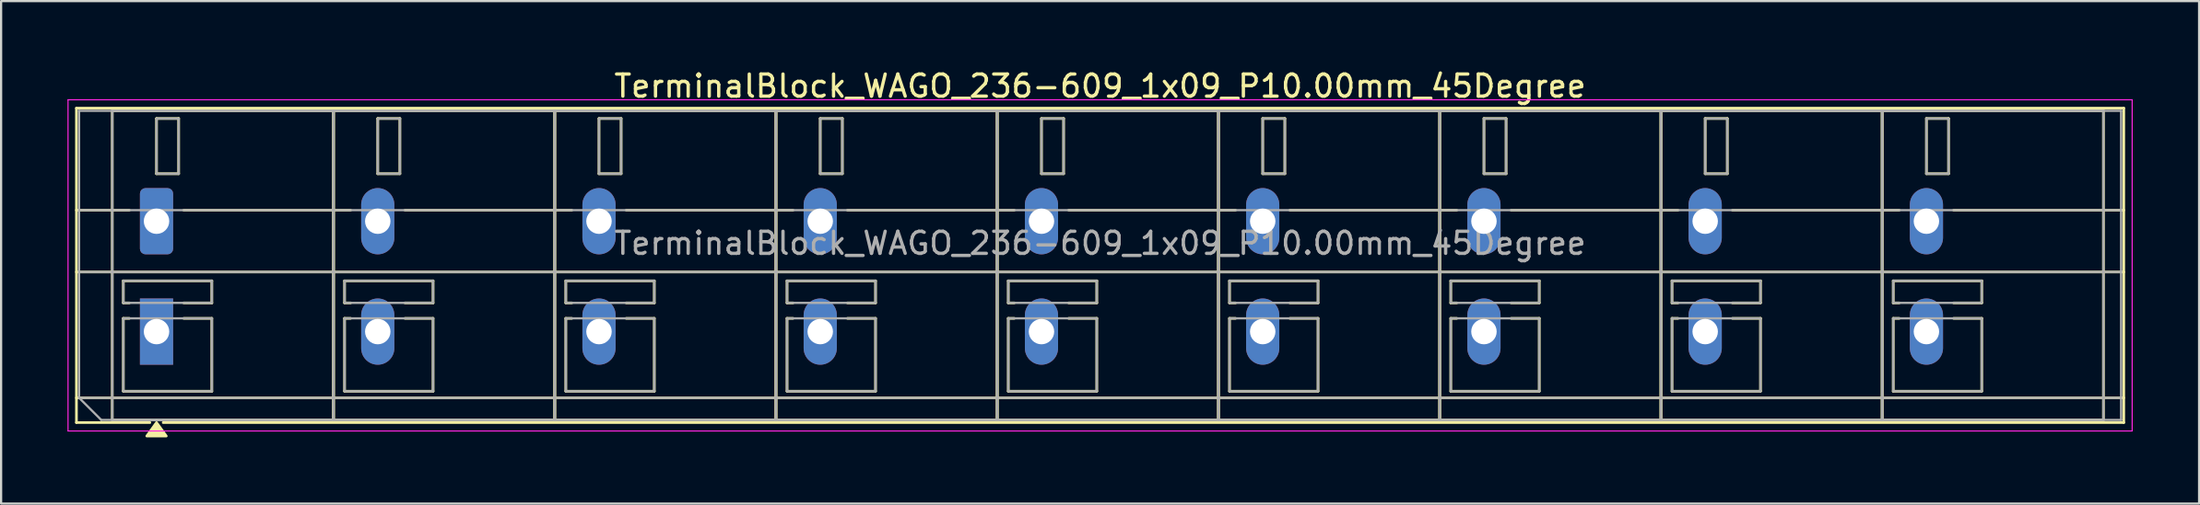
<source format=kicad_pcb>
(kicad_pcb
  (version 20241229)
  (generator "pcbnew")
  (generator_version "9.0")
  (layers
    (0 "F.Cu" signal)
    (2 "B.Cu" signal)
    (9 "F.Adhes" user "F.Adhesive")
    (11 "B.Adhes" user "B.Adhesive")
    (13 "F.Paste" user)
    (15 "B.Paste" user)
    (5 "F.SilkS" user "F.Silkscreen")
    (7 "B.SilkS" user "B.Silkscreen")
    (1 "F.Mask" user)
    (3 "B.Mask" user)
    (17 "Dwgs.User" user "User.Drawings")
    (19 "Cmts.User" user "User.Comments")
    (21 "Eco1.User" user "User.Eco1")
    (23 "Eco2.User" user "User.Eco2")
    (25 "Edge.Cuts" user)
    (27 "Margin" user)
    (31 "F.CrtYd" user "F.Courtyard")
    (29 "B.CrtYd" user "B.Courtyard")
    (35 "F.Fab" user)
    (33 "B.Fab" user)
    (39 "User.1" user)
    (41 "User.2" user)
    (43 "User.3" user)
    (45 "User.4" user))
  (footprint "TerminalBlock_WAGO_236-609_1x09_P10.00mm_45Degree"
    (layer "F.Cu")
    (at 4.025 6.968)
    (property "Reference" "TerminalBlock_WAGO_236-609_1x09_P10.00mm_45Degree" (at 42.65 -6.12 0) (layer "F.SilkS") (effects (font (size 1 1) (thickness 0.15))))
    (attr through_hole)
    (fp_line (start -3.62 -5.12) (end -3.62 9.12) (stroke (width 0.12) (type solid)) (layer "F.SilkS"))
    (fp_line (start -3.62 -5.12) (end 88.92 -5.12) (stroke (width 0.12) (type solid)) (layer "F.SilkS"))
    (fp_line (start -3.62 -0.5) (end -1.23 -0.5) (stroke (width 0.12) (type solid)) (layer "F.SilkS"))
    (fp_line (start -3.62 2.3) (end 88.92 2.3) (stroke (width 0.12) (type solid)) (layer "F.SilkS"))
    (fp_line (start -3.62 8) (end 88.92 8) (stroke (width 0.12) (type solid)) (layer "F.SilkS"))
    (fp_line (start -3.62 9.12) (end -0.3 9.12) (stroke (width 0.12) (type solid)) (layer "F.SilkS"))
    (fp_line (start -2 -5) (end -2 9) (stroke (width 0.12) (type solid)) (layer "F.SilkS"))
    (fp_line (start -2 -5) (end 8 -5) (stroke (width 0.12) (type solid)) (layer "F.SilkS"))
    (fp_line (start -2 9) (end 8 9) (stroke (width 0.12) (type solid)) (layer "F.SilkS"))
    (fp_line (start -1.5 2.7) (end -1.5 3.7) (stroke (width 0.12) (type solid)) (layer "F.SilkS"))
    (fp_line (start -1.5 2.7) (end 2.5 2.7) (stroke (width 0.12) (type solid)) (layer "F.SilkS"))
    (fp_line (start -1.5 3.7) (end -1.23 3.7) (stroke (width 0.12) (type solid)) (layer "F.SilkS"))
    (fp_line (start -1.5 4.4) (end -1.5 7.7) (stroke (width 0.12) (type solid)) (layer "F.SilkS"))
    (fp_line (start -1.5 4.4) (end -1.23 4.4) (stroke (width 0.12) (type solid)) (layer "F.SilkS"))
    (fp_line (start -1.5 7.7) (end 2.5 7.7) (stroke (width 0.12) (type solid)) (layer "F.SilkS"))
    (fp_line (start 0 -4.65) (end 0 -2.15) (stroke (width 0.12) (type solid)) (layer "F.SilkS"))
    (fp_line (start 0 -4.65) (end 1 -4.65) (stroke (width 0.12) (type solid)) (layer "F.SilkS"))
    (fp_line (start 0 -2.15) (end 1 -2.15) (stroke (width 0.12) (type solid)) (layer "F.SilkS"))
    (fp_line (start 0.3 9.12) (end 88.92 9.12) (stroke (width 0.12) (type solid)) (layer "F.SilkS"))
    (fp_line (start 1 -4.65) (end 1 -2.15) (stroke (width 0.12) (type solid)) (layer "F.SilkS"))
    (fp_line (start 1.23 -0.5) (end 8.77 -0.5) (stroke (width 0.12) (type solid)) (layer "F.SilkS"))
    (fp_line (start 1.23 3.7) (end 2.5 3.7) (stroke (width 0.12) (type solid)) (layer "F.SilkS"))
    (fp_line (start 1.23 4.4) (end 2.5 4.4) (stroke (width 0.12) (type solid)) (layer "F.SilkS"))
    (fp_line (start 2.5 2.7) (end 2.5 3.7) (stroke (width 0.12) (type solid)) (layer "F.SilkS"))
    (fp_line (start 2.5 4.4) (end 2.5 7.7) (stroke (width 0.12) (type solid)) (layer "F.SilkS"))
    (fp_line (start 8 -5) (end 8 9) (stroke (width 0.12) (type solid)) (layer "F.SilkS"))
    (fp_line (start 8 -5) (end 8 9) (stroke (width 0.12) (type solid)) (layer "F.SilkS"))
    (fp_line (start 8 -5) (end 18 -5) (stroke (width 0.12) (type solid)) (layer "F.SilkS"))
    (fp_line (start 8 9) (end 18 9) (stroke (width 0.12) (type solid)) (layer "F.SilkS"))
    (fp_line (start 8.5 2.7) (end 8.5 3.7) (stroke (width 0.12) (type solid)) (layer "F.SilkS"))
    (fp_line (start 8.5 2.7) (end 12.5 2.7) (stroke (width 0.12) (type solid)) (layer "F.SilkS"))
    (fp_line (start 8.5 3.7) (end 8.77 3.7) (stroke (width 0.12) (type solid)) (layer "F.SilkS"))
    (fp_line (start 8.5 4.4) (end 8.5 7.7) (stroke (width 0.12) (type solid)) (layer "F.SilkS"))
    (fp_line (start 8.5 4.4) (end 8.77 4.4) (stroke (width 0.12) (type solid)) (layer "F.SilkS"))
    (fp_line (start 8.5 7.7) (end 12.5 7.7) (stroke (width 0.12) (type solid)) (layer "F.SilkS"))
    (fp_line (start 10 -4.65) (end 10 -2.15) (stroke (width 0.12) (type solid)) (layer "F.SilkS"))
    (fp_line (start 10 -4.65) (end 11 -4.65) (stroke (width 0.12) (type solid)) (layer "F.SilkS"))
    (fp_line (start 10 -2.15) (end 11 -2.15) (stroke (width 0.12) (type solid)) (layer "F.SilkS"))
    (fp_line (start 11 -4.65) (end 11 -2.15) (stroke (width 0.12) (type solid)) (layer "F.SilkS"))
    (fp_line (start 11.23 -0.5) (end 18.77 -0.5) (stroke (width 0.12) (type solid)) (layer "F.SilkS"))
    (fp_line (start 11.23 3.7) (end 12.5 3.7) (stroke (width 0.12) (type solid)) (layer "F.SilkS"))
    (fp_line (start 11.23 4.4) (end 12.5 4.4) (stroke (width 0.12) (type solid)) (layer "F.SilkS"))
    (fp_line (start 12.5 2.7) (end 12.5 3.7) (stroke (width 0.12) (type solid)) (layer "F.SilkS"))
    (fp_line (start 12.5 4.4) (end 12.5 7.7) (stroke (width 0.12) (type solid)) (layer "F.SilkS"))
    (fp_line (start 18 -5) (end 18 9) (stroke (width 0.12) (type solid)) (layer "F.SilkS"))
    (fp_line (start 18 -5) (end 18 9) (stroke (width 0.12) (type solid)) (layer "F.SilkS"))
    (fp_line (start 18 -5) (end 28 -5) (stroke (width 0.12) (type solid)) (layer "F.SilkS"))
    (fp_line (start 18 9) (end 28 9) (stroke (width 0.12) (type solid)) (layer "F.SilkS"))
    (fp_line (start 18.5 2.7) (end 18.5 3.7) (stroke (width 0.12) (type solid)) (layer "F.SilkS"))
    (fp_line (start 18.5 2.7) (end 22.5 2.7) (stroke (width 0.12) (type solid)) (layer "F.SilkS"))
    (fp_line (start 18.5 3.7) (end 18.77 3.7) (stroke (width 0.12) (type solid)) (layer "F.SilkS"))
    (fp_line (start 18.5 4.4) (end 18.5 7.7) (stroke (width 0.12) (type solid)) (layer "F.SilkS"))
    (fp_line (start 18.5 4.4) (end 18.77 4.4) (stroke (width 0.12) (type solid)) (layer "F.SilkS"))
    (fp_line (start 18.5 7.7) (end 22.5 7.7) (stroke (width 0.12) (type solid)) (layer "F.SilkS"))
    (fp_line (start 20 -4.65) (end 20 -2.15) (stroke (width 0.12) (type solid)) (layer "F.SilkS"))
    (fp_line (start 20 -4.65) (end 21 -4.65) (stroke (width 0.12) (type solid)) (layer "F.SilkS"))
    (fp_line (start 20 -2.15) (end 21 -2.15) (stroke (width 0.12) (type solid)) (layer "F.SilkS"))
    (fp_line (start 21 -4.65) (end 21 -2.15) (stroke (width 0.12) (type solid)) (layer "F.SilkS"))
    (fp_line (start 21.23 -0.5) (end 28.77 -0.5) (stroke (width 0.12) (type solid)) (layer "F.SilkS"))
    (fp_line (start 21.23 3.7) (end 22.5 3.7) (stroke (width 0.12) (type solid)) (layer "F.SilkS"))
    (fp_line (start 21.23 4.4) (end 22.5 4.4) (stroke (width 0.12) (type solid)) (layer "F.SilkS"))
    (fp_line (start 22.5 2.7) (end 22.5 3.7) (stroke (width 0.12) (type solid)) (layer "F.SilkS"))
    (fp_line (start 22.5 4.4) (end 22.5 7.7) (stroke (width 0.12) (type solid)) (layer "F.SilkS"))
    (fp_line (start 28 -5) (end 28 9) (stroke (width 0.12) (type solid)) (layer "F.SilkS"))
    (fp_line (start 28 -5) (end 28 9) (stroke (width 0.12) (type solid)) (layer "F.SilkS"))
    (fp_line (start 28 -5) (end 38 -5) (stroke (width 0.12) (type solid)) (layer "F.SilkS"))
    (fp_line (start 28 9) (end 38 9) (stroke (width 0.12) (type solid)) (layer "F.SilkS"))
    (fp_line (start 28.5 2.7) (end 28.5 3.7) (stroke (width 0.12) (type solid)) (layer "F.SilkS"))
    (fp_line (start 28.5 2.7) (end 32.5 2.7) (stroke (width 0.12) (type solid)) (layer "F.SilkS"))
    (fp_line (start 28.5 3.7) (end 28.77 3.7) (stroke (width 0.12) (type solid)) (layer "F.SilkS"))
    (fp_line (start 28.5 4.4) (end 28.5 7.7) (stroke (width 0.12) (type solid)) (layer "F.SilkS"))
    (fp_line (start 28.5 4.4) (end 28.77 4.4) (stroke (width 0.12) (type solid)) (layer "F.SilkS"))
    (fp_line (start 28.5 7.7) (end 32.5 7.7) (stroke (width 0.12) (type solid)) (layer "F.SilkS"))
    (fp_line (start 30 -4.65) (end 30 -2.15) (stroke (width 0.12) (type solid)) (layer "F.SilkS"))
    (fp_line (start 30 -4.65) (end 31 -4.65) (stroke (width 0.12) (type solid)) (layer "F.SilkS"))
    (fp_line (start 30 -2.15) (end 31 -2.15) (stroke (width 0.12) (type solid)) (layer "F.SilkS"))
    (fp_line (start 31 -4.65) (end 31 -2.15) (stroke (width 0.12) (type solid)) (layer "F.SilkS"))
    (fp_line (start 31.23 -0.5) (end 38.77 -0.5) (stroke (width 0.12) (type solid)) (layer "F.SilkS"))
    (fp_line (start 31.23 3.7) (end 32.5 3.7) (stroke (width 0.12) (type solid)) (layer "F.SilkS"))
    (fp_line (start 31.23 4.4) (end 32.5 4.4) (stroke (width 0.12) (type solid)) (layer "F.SilkS"))
    (fp_line (start 32.5 2.7) (end 32.5 3.7) (stroke (width 0.12) (type solid)) (layer "F.SilkS"))
    (fp_line (start 32.5 4.4) (end 32.5 7.7) (stroke (width 0.12) (type solid)) (layer "F.SilkS"))
    (fp_line (start 38 -5) (end 38 9) (stroke (width 0.12) (type solid)) (layer "F.SilkS"))
    (fp_line (start 38 -5) (end 38 9) (stroke (width 0.12) (type solid)) (layer "F.SilkS"))
    (fp_line (start 38 -5) (end 48 -5) (stroke (width 0.12) (type solid)) (layer "F.SilkS"))
    (fp_line (start 38 9) (end 48 9) (stroke (width 0.12) (type solid)) (layer "F.SilkS"))
    (fp_line (start 38.5 2.7) (end 38.5 3.7) (stroke (width 0.12) (type solid)) (layer "F.SilkS"))
    (fp_line (start 38.5 2.7) (end 42.5 2.7) (stroke (width 0.12) (type solid)) (layer "F.SilkS"))
    (fp_line (start 38.5 3.7) (end 38.77 3.7) (stroke (width 0.12) (type solid)) (layer "F.SilkS"))
    (fp_line (start 38.5 4.4) (end 38.5 7.7) (stroke (width 0.12) (type solid)) (layer "F.SilkS"))
    (fp_line (start 38.5 4.4) (end 38.77 4.4) (stroke (width 0.12) (type solid)) (layer "F.SilkS"))
    (fp_line (start 38.5 7.7) (end 42.5 7.7) (stroke (width 0.12) (type solid)) (layer "F.SilkS"))
    (fp_line (start 40 -4.65) (end 40 -2.15) (stroke (width 0.12) (type solid)) (layer "F.SilkS"))
    (fp_line (start 40 -4.65) (end 41 -4.65) (stroke (width 0.12) (type solid)) (layer "F.SilkS"))
    (fp_line (start 40 -2.15) (end 41 -2.15) (stroke (width 0.12) (type solid)) (layer "F.SilkS"))
    (fp_line (start 41 -4.65) (end 41 -2.15) (stroke (width 0.12) (type solid)) (layer "F.SilkS"))
    (fp_line (start 41.23 -0.5) (end 48.77 -0.5) (stroke (width 0.12) (type solid)) (layer "F.SilkS"))
    (fp_line (start 41.23 3.7) (end 42.5 3.7) (stroke (width 0.12) (type solid)) (layer "F.SilkS"))
    (fp_line (start 41.23 4.4) (end 42.5 4.4) (stroke (width 0.12) (type solid)) (layer "F.SilkS"))
    (fp_line (start 42.5 2.7) (end 42.5 3.7) (stroke (width 0.12) (type solid)) (layer "F.SilkS"))
    (fp_line (start 42.5 4.4) (end 42.5 7.7) (stroke (width 0.12) (type solid)) (layer "F.SilkS"))
    (fp_line (start 48 -5) (end 48 9) (stroke (width 0.12) (type solid)) (layer "F.SilkS"))
    (fp_line (start 48 -5) (end 48 9) (stroke (width 0.12) (type solid)) (layer "F.SilkS"))
    (fp_line (start 48 -5) (end 58 -5) (stroke (width 0.12) (type solid)) (layer "F.SilkS"))
    (fp_line (start 48 9) (end 58 9) (stroke (width 0.12) (type solid)) (layer "F.SilkS"))
    (fp_line (start 48.5 2.7) (end 48.5 3.7) (stroke (width 0.12) (type solid)) (layer "F.SilkS"))
    (fp_line (start 48.5 2.7) (end 52.5 2.7) (stroke (width 0.12) (type solid)) (layer "F.SilkS"))
    (fp_line (start 48.5 3.7) (end 48.77 3.7) (stroke (width 0.12) (type solid)) (layer "F.SilkS"))
    (fp_line (start 48.5 4.4) (end 48.5 7.7) (stroke (width 0.12) (type solid)) (layer "F.SilkS"))
    (fp_line (start 48.5 4.4) (end 48.77 4.4) (stroke (width 0.12) (type solid)) (layer "F.SilkS"))
    (fp_line (start 48.5 7.7) (end 52.5 7.7) (stroke (width 0.12) (type solid)) (layer "F.SilkS"))
    (fp_line (start 50 -4.65) (end 50 -2.15) (stroke (width 0.12) (type solid)) (layer "F.SilkS"))
    (fp_line (start 50 -4.65) (end 51 -4.65) (stroke (width 0.12) (type solid)) (layer "F.SilkS"))
    (fp_line (start 50 -2.15) (end 51 -2.15) (stroke (width 0.12) (type solid)) (layer "F.SilkS"))
    (fp_line (start 51 -4.65) (end 51 -2.15) (stroke (width 0.12) (type solid)) (layer "F.SilkS"))
    (fp_line (start 51.23 -0.5) (end 58.77 -0.5) (stroke (width 0.12) (type solid)) (layer "F.SilkS"))
    (fp_line (start 51.23 3.7) (end 52.5 3.7) (stroke (width 0.12) (type solid)) (layer "F.SilkS"))
    (fp_line (start 51.23 4.4) (end 52.5 4.4) (stroke (width 0.12) (type solid)) (layer "F.SilkS"))
    (fp_line (start 52.5 2.7) (end 52.5 3.7) (stroke (width 0.12) (type solid)) (layer "F.SilkS"))
    (fp_line (start 52.5 4.4) (end 52.5 7.7) (stroke (width 0.12) (type solid)) (layer "F.SilkS"))
    (fp_line (start 58 -5) (end 58 9) (stroke (width 0.12) (type solid)) (layer "F.SilkS"))
    (fp_line (start 58 -5) (end 58 9) (stroke (width 0.12) (type solid)) (layer "F.SilkS"))
    (fp_line (start 58 -5) (end 68 -5) (stroke (width 0.12) (type solid)) (layer "F.SilkS"))
    (fp_line (start 58 9) (end 68 9) (stroke (width 0.12) (type solid)) (layer "F.SilkS"))
    (fp_line (start 58.5 2.7) (end 58.5 3.7) (stroke (width 0.12) (type solid)) (layer "F.SilkS"))
    (fp_line (start 58.5 2.7) (end 62.5 2.7) (stroke (width 0.12) (type solid)) (layer "F.SilkS"))
    (fp_line (start 58.5 3.7) (end 58.77 3.7) (stroke (width 0.12) (type solid)) (layer "F.SilkS"))
    (fp_line (start 58.5 4.4) (end 58.5 7.7) (stroke (width 0.12) (type solid)) (layer "F.SilkS"))
    (fp_line (start 58.5 4.4) (end 58.77 4.4) (stroke (width 0.12) (type solid)) (layer "F.SilkS"))
    (fp_line (start 58.5 7.7) (end 62.5 7.7) (stroke (width 0.12) (type solid)) (layer "F.SilkS"))
    (fp_line (start 60 -4.65) (end 60 -2.15) (stroke (width 0.12) (type solid)) (layer "F.SilkS"))
    (fp_line (start 60 -4.65) (end 61 -4.65) (stroke (width 0.12) (type solid)) (layer "F.SilkS"))
    (fp_line (start 60 -2.15) (end 61 -2.15) (stroke (width 0.12) (type solid)) (layer "F.SilkS"))
    (fp_line (start 61 -4.65) (end 61 -2.15) (stroke (width 0.12) (type solid)) (layer "F.SilkS"))
    (fp_line (start 61.23 -0.5) (end 68.77 -0.5) (stroke (width 0.12) (type solid)) (layer "F.SilkS"))
    (fp_line (start 61.23 3.7) (end 62.5 3.7) (stroke (width 0.12) (type solid)) (layer "F.SilkS"))
    (fp_line (start 61.23 4.4) (end 62.5 4.4) (stroke (width 0.12) (type solid)) (layer "F.SilkS"))
    (fp_line (start 62.5 2.7) (end 62.5 3.7) (stroke (width 0.12) (type solid)) (layer "F.SilkS"))
    (fp_line (start 62.5 4.4) (end 62.5 7.7) (stroke (width 0.12) (type solid)) (layer "F.SilkS"))
    (fp_line (start 68 -5) (end 68 9) (stroke (width 0.12) (type solid)) (layer "F.SilkS"))
    (fp_line (start 68 -5) (end 68 9) (stroke (width 0.12) (type solid)) (layer "F.SilkS"))
    (fp_line (start 68 -5) (end 78 -5) (stroke (width 0.12) (type solid)) (layer "F.SilkS"))
    (fp_line (start 68 9) (end 78 9) (stroke (width 0.12) (type solid)) (layer "F.SilkS"))
    (fp_line (start 68.5 2.7) (end 68.5 3.7) (stroke (width 0.12) (type solid)) (layer "F.SilkS"))
    (fp_line (start 68.5 2.7) (end 72.5 2.7) (stroke (width 0.12) (type solid)) (layer "F.SilkS"))
    (fp_line (start 68.5 3.7) (end 68.77 3.7) (stroke (width 0.12) (type solid)) (layer "F.SilkS"))
    (fp_line (start 68.5 4.4) (end 68.5 7.7) (stroke (width 0.12) (type solid)) (layer "F.SilkS"))
    (fp_line (start 68.5 4.4) (end 68.77 4.4) (stroke (width 0.12) (type solid)) (layer "F.SilkS"))
    (fp_line (start 68.5 7.7) (end 72.5 7.7) (stroke (width 0.12) (type solid)) (layer "F.SilkS"))
    (fp_line (start 70 -4.65) (end 70 -2.15) (stroke (width 0.12) (type solid)) (layer "F.SilkS"))
    (fp_line (start 70 -4.65) (end 71 -4.65) (stroke (width 0.12) (type solid)) (layer "F.SilkS"))
    (fp_line (start 70 -2.15) (end 71 -2.15) (stroke (width 0.12) (type solid)) (layer "F.SilkS"))
    (fp_line (start 71 -4.65) (end 71 -2.15) (stroke (width 0.12) (type solid)) (layer "F.SilkS"))
    (fp_line (start 71.23 -0.5) (end 78.77 -0.5) (stroke (width 0.12) (type solid)) (layer "F.SilkS"))
    (fp_line (start 71.23 3.7) (end 72.5 3.7) (stroke (width 0.12) (type solid)) (layer "F.SilkS"))
    (fp_line (start 71.23 4.4) (end 72.5 4.4) (stroke (width 0.12) (type solid)) (layer "F.SilkS"))
    (fp_line (start 72.5 2.7) (end 72.5 3.7) (stroke (width 0.12) (type solid)) (layer "F.SilkS"))
    (fp_line (start 72.5 4.4) (end 72.5 7.7) (stroke (width 0.12) (type solid)) (layer "F.SilkS"))
    (fp_line (start 78 -5) (end 78 9) (stroke (width 0.12) (type solid)) (layer "F.SilkS"))
    (fp_line (start 78 -5) (end 78 9) (stroke (width 0.12) (type solid)) (layer "F.SilkS"))
    (fp_line (start 78 -5) (end 88 -5) (stroke (width 0.12) (type solid)) (layer "F.SilkS"))
    (fp_line (start 78 9) (end 88 9) (stroke (width 0.12) (type solid)) (layer "F.SilkS"))
    (fp_line (start 78.5 2.7) (end 78.5 3.7) (stroke (width 0.12) (type solid)) (layer "F.SilkS"))
    (fp_line (start 78.5 2.7) (end 82.5 2.7) (stroke (width 0.12) (type solid)) (layer "F.SilkS"))
    (fp_line (start 78.5 3.7) (end 78.77 3.7) (stroke (width 0.12) (type solid)) (layer "F.SilkS"))
    (fp_line (start 78.5 4.4) (end 78.5 7.7) (stroke (width 0.12) (type solid)) (layer "F.SilkS"))
    (fp_line (start 78.5 4.4) (end 78.77 4.4) (stroke (width 0.12) (type solid)) (layer "F.SilkS"))
    (fp_line (start 78.5 7.7) (end 82.5 7.7) (stroke (width 0.12) (type solid)) (layer "F.SilkS"))
    (fp_line (start 80 -4.65) (end 80 -2.15) (stroke (width 0.12) (type solid)) (layer "F.SilkS"))
    (fp_line (start 80 -4.65) (end 81 -4.65) (stroke (width 0.12) (type solid)) (layer "F.SilkS"))
    (fp_line (start 80 -2.15) (end 81 -2.15) (stroke (width 0.12) (type solid)) (layer "F.SilkS"))
    (fp_line (start 81 -4.65) (end 81 -2.15) (stroke (width 0.12) (type solid)) (layer "F.SilkS"))
    (fp_line (start 81.23 -0.5) (end 88.92 -0.5) (stroke (width 0.12) (type solid)) (layer "F.SilkS"))
    (fp_line (start 81.23 3.7) (end 82.5 3.7) (stroke (width 0.12) (type solid)) (layer "F.SilkS"))
    (fp_line (start 81.23 4.4) (end 82.5 4.4) (stroke (width 0.12) (type solid)) (layer "F.SilkS"))
    (fp_line (start 82.5 2.7) (end 82.5 3.7) (stroke (width 0.12) (type solid)) (layer "F.SilkS"))
    (fp_line (start 82.5 4.4) (end 82.5 7.7) (stroke (width 0.12) (type solid)) (layer "F.SilkS"))
    (fp_line (start 88 -5) (end 88 9) (stroke (width 0.12) (type solid)) (layer "F.SilkS"))
    (fp_line (start 88.92 -5.12) (end 88.92 9.12) (stroke (width 0.12) (type solid)) (layer "F.SilkS"))
    (fp_poly (pts (xy 0 9.12) (xy 0.44 9.73) (xy -0.44 9.73)) (stroke (width 0.12) (type solid)) (fill yes) (layer "F.SilkS"))
    (fp_line (start -4 -5.5) (end -4 9.5) (stroke (width 0.05) (type solid)) (layer "F.CrtYd"))
    (fp_line (start -4 9.5) (end 89.3 9.5) (stroke (width 0.05) (type solid)) (layer "F.CrtYd"))
    (fp_line (start 89.3 -5.5) (end -4 -5.5) (stroke (width 0.05) (type solid)) (layer "F.CrtYd"))
    (fp_line (start 89.3 9.5) (end 89.3 -5.5) (stroke (width 0.05) (type solid)) (layer "F.CrtYd"))
    (fp_line (start -3.5 -5) (end 88.8 -5) (stroke (width 0.1) (type solid)) (layer "F.Fab"))
    (fp_line (start -3.5 -0.5) (end 88.8 -0.5) (stroke (width 0.1) (type solid)) (layer "F.Fab"))
    (fp_line (start -3.5 2.3) (end 88.8 2.3) (stroke (width 0.1) (type solid)) (layer "F.Fab"))
    (fp_line (start -3.5 8) (end -3.5 -5) (stroke (width 0.1) (type solid)) (layer "F.Fab"))
    (fp_line (start -3.5 8) (end 88.8 8) (stroke (width 0.1) (type solid)) (layer "F.Fab"))
    (fp_line (start -2.5 9) (end -3.5 8) (stroke (width 0.1) (type solid)) (layer "F.Fab"))
    (fp_line (start -2 -5) (end -2 9) (stroke (width 0.1) (type solid)) (layer "F.Fab"))
    (fp_line (start -2 9) (end 8 9) (stroke (width 0.1) (type solid)) (layer "F.Fab"))
    (fp_line (start -1.5 2.7) (end -1.5 3.7) (stroke (width 0.1) (type solid)) (layer "F.Fab"))
    (fp_line (start -1.5 3.7) (end 2.5 3.7) (stroke (width 0.1) (type solid)) (layer "F.Fab"))
    (fp_line (start -1.5 4.4) (end -1.5 7.7) (stroke (width 0.1) (type solid)) (layer "F.Fab"))
    (fp_line (start -1.5 7.7) (end 2.5 7.7) (stroke (width 0.1) (type solid)) (layer "F.Fab"))
    (fp_line (start 0 -4.65) (end 0 -2.15) (stroke (width 0.1) (type solid)) (layer "F.Fab"))
    (fp_line (start 0 -2.15) (end 1 -2.15) (stroke (width 0.1) (type solid)) (layer "F.Fab"))
    (fp_line (start 1 -4.65) (end 0 -4.65) (stroke (width 0.1) (type solid)) (layer "F.Fab"))
    (fp_line (start 1 -2.15) (end 1 -4.65) (stroke (width 0.1) (type solid)) (layer "F.Fab"))
    (fp_line (start 2.5 2.7) (end -1.5 2.7) (stroke (width 0.1) (type solid)) (layer "F.Fab"))
    (fp_line (start 2.5 3.7) (end 2.5 2.7) (stroke (width 0.1) (type solid)) (layer "F.Fab"))
    (fp_line (start 2.5 4.4) (end -1.5 4.4) (stroke (width 0.1) (type solid)) (layer "F.Fab"))
    (fp_line (start 2.5 7.7) (end 2.5 4.4) (stroke (width 0.1) (type solid)) (layer "F.Fab"))
    (fp_line (start 8 -5) (end -2 -5) (stroke (width 0.1) (type solid)) (layer "F.Fab"))
    (fp_line (start 8 -5) (end 8 9) (stroke (width 0.1) (type solid)) (layer "F.Fab"))
    (fp_line (start 8 9) (end 8 -5) (stroke (width 0.1) (type solid)) (layer "F.Fab"))
    (fp_line (start 8 9) (end 18 9) (stroke (width 0.1) (type solid)) (layer "F.Fab"))
    (fp_line (start 8.5 2.7) (end 8.5 3.7) (stroke (width 0.1) (type solid)) (layer "F.Fab"))
    (fp_line (start 8.5 3.7) (end 12.5 3.7) (stroke (width 0.1) (type solid)) (layer "F.Fab"))
    (fp_line (start 8.5 4.4) (end 8.5 7.7) (stroke (width 0.1) (type solid)) (layer "F.Fab"))
    (fp_line (start 8.5 7.7) (end 12.5 7.7) (stroke (width 0.1) (type solid)) (layer "F.Fab"))
    (fp_line (start 10 -4.65) (end 10 -2.15) (stroke (width 0.1) (type solid)) (layer "F.Fab"))
    (fp_line (start 10 -2.15) (end 11 -2.15) (stroke (width 0.1) (type solid)) (layer "F.Fab"))
    (fp_line (start 11 -4.65) (end 10 -4.65) (stroke (width 0.1) (type solid)) (layer "F.Fab"))
    (fp_line (start 11 -2.15) (end 11 -4.65) (stroke (width 0.1) (type solid)) (layer "F.Fab"))
    (fp_line (start 12.5 2.7) (end 8.5 2.7) (stroke (width 0.1) (type solid)) (layer "F.Fab"))
    (fp_line (start 12.5 3.7) (end 12.5 2.7) (stroke (width 0.1) (type solid)) (layer "F.Fab"))
    (fp_line (start 12.5 4.4) (end 8.5 4.4) (stroke (width 0.1) (type solid)) (layer "F.Fab"))
    (fp_line (start 12.5 7.7) (end 12.5 4.4) (stroke (width 0.1) (type solid)) (layer "F.Fab"))
    (fp_line (start 18 -5) (end 8 -5) (stroke (width 0.1) (type solid)) (layer "F.Fab"))
    (fp_line (start 18 -5) (end 18 9) (stroke (width 0.1) (type solid)) (layer "F.Fab"))
    (fp_line (start 18 9) (end 18 -5) (stroke (width 0.1) (type solid)) (layer "F.Fab"))
    (fp_line (start 18 9) (end 28 9) (stroke (width 0.1) (type solid)) (layer "F.Fab"))
    (fp_line (start 18.5 2.7) (end 18.5 3.7) (stroke (width 0.1) (type solid)) (layer "F.Fab"))
    (fp_line (start 18.5 3.7) (end 22.5 3.7) (stroke (width 0.1) (type solid)) (layer "F.Fab"))
    (fp_line (start 18.5 4.4) (end 18.5 7.7) (stroke (width 0.1) (type solid)) (layer "F.Fab"))
    (fp_line (start 18.5 7.7) (end 22.5 7.7) (stroke (width 0.1) (type solid)) (layer "F.Fab"))
    (fp_line (start 20 -4.65) (end 20 -2.15) (stroke (width 0.1) (type solid)) (layer "F.Fab"))
    (fp_line (start 20 -2.15) (end 21 -2.15) (stroke (width 0.1) (type solid)) (layer "F.Fab"))
    (fp_line (start 21 -4.65) (end 20 -4.65) (stroke (width 0.1) (type solid)) (layer "F.Fab"))
    (fp_line (start 21 -2.15) (end 21 -4.65) (stroke (width 0.1) (type solid)) (layer "F.Fab"))
    (fp_line (start 22.5 2.7) (end 18.5 2.7) (stroke (width 0.1) (type solid)) (layer "F.Fab"))
    (fp_line (start 22.5 3.7) (end 22.5 2.7) (stroke (width 0.1) (type solid)) (layer "F.Fab"))
    (fp_line (start 22.5 4.4) (end 18.5 4.4) (stroke (width 0.1) (type solid)) (layer "F.Fab"))
    (fp_line (start 22.5 7.7) (end 22.5 4.4) (stroke (width 0.1) (type solid)) (layer "F.Fab"))
    (fp_line (start 28 -5) (end 18 -5) (stroke (width 0.1) (type solid)) (layer "F.Fab"))
    (fp_line (start 28 -5) (end 28 9) (stroke (width 0.1) (type solid)) (layer "F.Fab"))
    (fp_line (start 28 9) (end 28 -5) (stroke (width 0.1) (type solid)) (layer "F.Fab"))
    (fp_line (start 28 9) (end 38 9) (stroke (width 0.1) (type solid)) (layer "F.Fab"))
    (fp_line (start 28.5 2.7) (end 28.5 3.7) (stroke (width 0.1) (type solid)) (layer "F.Fab"))
    (fp_line (start 28.5 3.7) (end 32.5 3.7) (stroke (width 0.1) (type solid)) (layer "F.Fab"))
    (fp_line (start 28.5 4.4) (end 28.5 7.7) (stroke (width 0.1) (type solid)) (layer "F.Fab"))
    (fp_line (start 28.5 7.7) (end 32.5 7.7) (stroke (width 0.1) (type solid)) (layer "F.Fab"))
    (fp_line (start 30 -4.65) (end 30 -2.15) (stroke (width 0.1) (type solid)) (layer "F.Fab"))
    (fp_line (start 30 -2.15) (end 31 -2.15) (stroke (width 0.1) (type solid)) (layer "F.Fab"))
    (fp_line (start 31 -4.65) (end 30 -4.65) (stroke (width 0.1) (type solid)) (layer "F.Fab"))
    (fp_line (start 31 -2.15) (end 31 -4.65) (stroke (width 0.1) (type solid)) (layer "F.Fab"))
    (fp_line (start 32.5 2.7) (end 28.5 2.7) (stroke (width 0.1) (type solid)) (layer "F.Fab"))
    (fp_line (start 32.5 3.7) (end 32.5 2.7) (stroke (width 0.1) (type solid)) (layer "F.Fab"))
    (fp_line (start 32.5 4.4) (end 28.5 4.4) (stroke (width 0.1) (type solid)) (layer "F.Fab"))
    (fp_line (start 32.5 7.7) (end 32.5 4.4) (stroke (width 0.1) (type solid)) (layer "F.Fab"))
    (fp_line (start 38 -5) (end 28 -5) (stroke (width 0.1) (type solid)) (layer "F.Fab"))
    (fp_line (start 38 -5) (end 38 9) (stroke (width 0.1) (type solid)) (layer "F.Fab"))
    (fp_line (start 38 9) (end 38 -5) (stroke (width 0.1) (type solid)) (layer "F.Fab"))
    (fp_line (start 38 9) (end 48 9) (stroke (width 0.1) (type solid)) (layer "F.Fab"))
    (fp_line (start 38.5 2.7) (end 38.5 3.7) (stroke (width 0.1) (type solid)) (layer "F.Fab"))
    (fp_line (start 38.5 3.7) (end 42.5 3.7) (stroke (width 0.1) (type solid)) (layer "F.Fab"))
    (fp_line (start 38.5 4.4) (end 38.5 7.7) (stroke (width 0.1) (type solid)) (layer "F.Fab"))
    (fp_line (start 38.5 7.7) (end 42.5 7.7) (stroke (width 0.1) (type solid)) (layer "F.Fab"))
    (fp_line (start 40 -4.65) (end 40 -2.15) (stroke (width 0.1) (type solid)) (layer "F.Fab"))
    (fp_line (start 40 -2.15) (end 41 -2.15) (stroke (width 0.1) (type solid)) (layer "F.Fab"))
    (fp_line (start 41 -4.65) (end 40 -4.65) (stroke (width 0.1) (type solid)) (layer "F.Fab"))
    (fp_line (start 41 -2.15) (end 41 -4.65) (stroke (width 0.1) (type solid)) (layer "F.Fab"))
    (fp_line (start 42.5 2.7) (end 38.5 2.7) (stroke (width 0.1) (type solid)) (layer "F.Fab"))
    (fp_line (start 42.5 3.7) (end 42.5 2.7) (stroke (width 0.1) (type solid)) (layer "F.Fab"))
    (fp_line (start 42.5 4.4) (end 38.5 4.4) (stroke (width 0.1) (type solid)) (layer "F.Fab"))
    (fp_line (start 42.5 7.7) (end 42.5 4.4) (stroke (width 0.1) (type solid)) (layer "F.Fab"))
    (fp_line (start 48 -5) (end 38 -5) (stroke (width 0.1) (type solid)) (layer "F.Fab"))
    (fp_line (start 48 -5) (end 48 9) (stroke (width 0.1) (type solid)) (layer "F.Fab"))
    (fp_line (start 48 9) (end 48 -5) (stroke (width 0.1) (type solid)) (layer "F.Fab"))
    (fp_line (start 48 9) (end 58 9) (stroke (width 0.1) (type solid)) (layer "F.Fab"))
    (fp_line (start 48.5 2.7) (end 48.5 3.7) (stroke (width 0.1) (type solid)) (layer "F.Fab"))
    (fp_line (start 48.5 3.7) (end 52.5 3.7) (stroke (width 0.1) (type solid)) (layer "F.Fab"))
    (fp_line (start 48.5 4.4) (end 48.5 7.7) (stroke (width 0.1) (type solid)) (layer "F.Fab"))
    (fp_line (start 48.5 7.7) (end 52.5 7.7) (stroke (width 0.1) (type solid)) (layer "F.Fab"))
    (fp_line (start 50 -4.65) (end 50 -2.15) (stroke (width 0.1) (type solid)) (layer "F.Fab"))
    (fp_line (start 50 -2.15) (end 51 -2.15) (stroke (width 0.1) (type solid)) (layer "F.Fab"))
    (fp_line (start 51 -4.65) (end 50 -4.65) (stroke (width 0.1) (type solid)) (layer "F.Fab"))
    (fp_line (start 51 -2.15) (end 51 -4.65) (stroke (width 0.1) (type solid)) (layer "F.Fab"))
    (fp_line (start 52.5 2.7) (end 48.5 2.7) (stroke (width 0.1) (type solid)) (layer "F.Fab"))
    (fp_line (start 52.5 3.7) (end 52.5 2.7) (stroke (width 0.1) (type solid)) (layer "F.Fab"))
    (fp_line (start 52.5 4.4) (end 48.5 4.4) (stroke (width 0.1) (type solid)) (layer "F.Fab"))
    (fp_line (start 52.5 7.7) (end 52.5 4.4) (stroke (width 0.1) (type solid)) (layer "F.Fab"))
    (fp_line (start 58 -5) (end 48 -5) (stroke (width 0.1) (type solid)) (layer "F.Fab"))
    (fp_line (start 58 -5) (end 58 9) (stroke (width 0.1) (type solid)) (layer "F.Fab"))
    (fp_line (start 58 9) (end 58 -5) (stroke (width 0.1) (type solid)) (layer "F.Fab"))
    (fp_line (start 58 9) (end 68 9) (stroke (width 0.1) (type solid)) (layer "F.Fab"))
    (fp_line (start 58.5 2.7) (end 58.5 3.7) (stroke (width 0.1) (type solid)) (layer "F.Fab"))
    (fp_line (start 58.5 3.7) (end 62.5 3.7) (stroke (width 0.1) (type solid)) (layer "F.Fab"))
    (fp_line (start 58.5 4.4) (end 58.5 7.7) (stroke (width 0.1) (type solid)) (layer "F.Fab"))
    (fp_line (start 58.5 7.7) (end 62.5 7.7) (stroke (width 0.1) (type solid)) (layer "F.Fab"))
    (fp_line (start 60 -4.65) (end 60 -2.15) (stroke (width 0.1) (type solid)) (layer "F.Fab"))
    (fp_line (start 60 -2.15) (end 61 -2.15) (stroke (width 0.1) (type solid)) (layer "F.Fab"))
    (fp_line (start 61 -4.65) (end 60 -4.65) (stroke (width 0.1) (type solid)) (layer "F.Fab"))
    (fp_line (start 61 -2.15) (end 61 -4.65) (stroke (width 0.1) (type solid)) (layer "F.Fab"))
    (fp_line (start 62.5 2.7) (end 58.5 2.7) (stroke (width 0.1) (type solid)) (layer "F.Fab"))
    (fp_line (start 62.5 3.7) (end 62.5 2.7) (stroke (width 0.1) (type solid)) (layer "F.Fab"))
    (fp_line (start 62.5 4.4) (end 58.5 4.4) (stroke (width 0.1) (type solid)) (layer "F.Fab"))
    (fp_line (start 62.5 7.7) (end 62.5 4.4) (stroke (width 0.1) (type solid)) (layer "F.Fab"))
    (fp_line (start 68 -5) (end 58 -5) (stroke (width 0.1) (type solid)) (layer "F.Fab"))
    (fp_line (start 68 -5) (end 68 9) (stroke (width 0.1) (type solid)) (layer "F.Fab"))
    (fp_line (start 68 9) (end 68 -5) (stroke (width 0.1) (type solid)) (layer "F.Fab"))
    (fp_line (start 68 9) (end 78 9) (stroke (width 0.1) (type solid)) (layer "F.Fab"))
    (fp_line (start 68.5 2.7) (end 68.5 3.7) (stroke (width 0.1) (type solid)) (layer "F.Fab"))
    (fp_line (start 68.5 3.7) (end 72.5 3.7) (stroke (width 0.1) (type solid)) (layer "F.Fab"))
    (fp_line (start 68.5 4.4) (end 68.5 7.7) (stroke (width 0.1) (type solid)) (layer "F.Fab"))
    (fp_line (start 68.5 7.7) (end 72.5 7.7) (stroke (width 0.1) (type solid)) (layer "F.Fab"))
    (fp_line (start 70 -4.65) (end 70 -2.15) (stroke (width 0.1) (type solid)) (layer "F.Fab"))
    (fp_line (start 70 -2.15) (end 71 -2.15) (stroke (width 0.1) (type solid)) (layer "F.Fab"))
    (fp_line (start 71 -4.65) (end 70 -4.65) (stroke (width 0.1) (type solid)) (layer "F.Fab"))
    (fp_line (start 71 -2.15) (end 71 -4.65) (stroke (width 0.1) (type solid)) (layer "F.Fab"))
    (fp_line (start 72.5 2.7) (end 68.5 2.7) (stroke (width 0.1) (type solid)) (layer "F.Fab"))
    (fp_line (start 72.5 3.7) (end 72.5 2.7) (stroke (width 0.1) (type solid)) (layer "F.Fab"))
    (fp_line (start 72.5 4.4) (end 68.5 4.4) (stroke (width 0.1) (type solid)) (layer "F.Fab"))
    (fp_line (start 72.5 7.7) (end 72.5 4.4) (stroke (width 0.1) (type solid)) (layer "F.Fab"))
    (fp_line (start 78 -5) (end 68 -5) (stroke (width 0.1) (type solid)) (layer "F.Fab"))
    (fp_line (start 78 -5) (end 78 9) (stroke (width 0.1) (type solid)) (layer "F.Fab"))
    (fp_line (start 78 9) (end 78 -5) (stroke (width 0.1) (type solid)) (layer "F.Fab"))
    (fp_line (start 78 9) (end 88 9) (stroke (width 0.1) (type solid)) (layer "F.Fab"))
    (fp_line (start 78.5 2.7) (end 78.5 3.7) (stroke (width 0.1) (type solid)) (layer "F.Fab"))
    (fp_line (start 78.5 3.7) (end 82.5 3.7) (stroke (width 0.1) (type solid)) (layer "F.Fab"))
    (fp_line (start 78.5 4.4) (end 78.5 7.7) (stroke (width 0.1) (type solid)) (layer "F.Fab"))
    (fp_line (start 78.5 7.7) (end 82.5 7.7) (stroke (width 0.1) (type solid)) (layer "F.Fab"))
    (fp_line (start 80 -4.65) (end 80 -2.15) (stroke (width 0.1) (type solid)) (layer "F.Fab"))
    (fp_line (start 80 -2.15) (end 81 -2.15) (stroke (width 0.1) (type solid)) (layer "F.Fab"))
    (fp_line (start 81 -4.65) (end 80 -4.65) (stroke (width 0.1) (type solid)) (layer "F.Fab"))
    (fp_line (start 81 -2.15) (end 81 -4.65) (stroke (width 0.1) (type solid)) (layer "F.Fab"))
    (fp_line (start 82.5 2.7) (end 78.5 2.7) (stroke (width 0.1) (type solid)) (layer "F.Fab"))
    (fp_line (start 82.5 3.7) (end 82.5 2.7) (stroke (width 0.1) (type solid)) (layer "F.Fab"))
    (fp_line (start 82.5 4.4) (end 78.5 4.4) (stroke (width 0.1) (type solid)) (layer "F.Fab"))
    (fp_line (start 82.5 7.7) (end 82.5 4.4) (stroke (width 0.1) (type solid)) (layer "F.Fab"))
    (fp_line (start 88 -5) (end 78 -5) (stroke (width 0.1) (type solid)) (layer "F.Fab"))
    (fp_line (start 88 9) (end 88 -5) (stroke (width 0.1) (type solid)) (layer "F.Fab"))
    (fp_line (start 88.8 -5) (end 88.8 9) (stroke (width 0.1) (type solid)) (layer "F.Fab"))
    (fp_line (start 88.8 9) (end -2.5 9) (stroke (width 0.1) (type solid)) (layer "F.Fab"))
    (fp_text user "${REFERENCE}" (at 42.65 1 0) (layer "F.Fab") (effects (font (size 1 1) (thickness 0.15))))
    (pad "1" thru_hole roundrect (at 0 0) (size 1.5 3) (drill 1.15) (layers "*.Cu" "*.Mask") (roundrect_rratio 0.167))
    (pad "1" thru_hole rect (at 0 5) (size 1.5 3) (drill 1.15) (layers "*.Cu" "*.Mask"))
    (pad "2" thru_hole oval (at 10 0) (size 1.5 3) (drill 1.15) (layers "*.Cu" "*.Mask"))
    (pad "2" thru_hole oval (at 10 5) (size 1.5 3) (drill 1.15) (layers "*.Cu" "*.Mask"))
    (pad "3" thru_hole oval (at 20 0) (size 1.5 3) (drill 1.15) (layers "*.Cu" "*.Mask"))
    (pad "3" thru_hole oval (at 20 5) (size 1.5 3) (drill 1.15) (layers "*.Cu" "*.Mask"))
    (pad "4" thru_hole oval (at 30 0) (size 1.5 3) (drill 1.15) (layers "*.Cu" "*.Mask"))
    (pad "4" thru_hole oval (at 30 5) (size 1.5 3) (drill 1.15) (layers "*.Cu" "*.Mask"))
    (pad "5" thru_hole oval (at 40 0) (size 1.5 3) (drill 1.15) (layers "*.Cu" "*.Mask"))
    (pad "5" thru_hole oval (at 40 5) (size 1.5 3) (drill 1.15) (layers "*.Cu" "*.Mask"))
    (pad "6" thru_hole oval (at 50 0) (size 1.5 3) (drill 1.15) (layers "*.Cu" "*.Mask"))
    (pad "6" thru_hole oval (at 50 5) (size 1.5 3) (drill 1.15) (layers "*.Cu" "*.Mask"))
    (pad "7" thru_hole oval (at 60 0) (size 1.5 3) (drill 1.15) (layers "*.Cu" "*.Mask"))
    (pad "7" thru_hole oval (at 60 5) (size 1.5 3) (drill 1.15) (layers "*.Cu" "*.Mask"))
    (pad "8" thru_hole oval (at 70 0) (size 1.5 3) (drill 1.15) (layers "*.Cu" "*.Mask"))
    (pad "8" thru_hole oval (at 70 5) (size 1.5 3) (drill 1.15) (layers "*.Cu" "*.Mask"))
    (pad "9" thru_hole oval (at 80 0) (size 1.5 3) (drill 1.15) (layers "*.Cu" "*.Mask"))
    (pad "9" thru_hole oval (at 80 5) (size 1.5 3) (drill 1.15) (layers "*.Cu" "*.Mask")))
  (gr_rect
    (start -3 -3)
    (end 96.35 19.758)
    (stroke (width 0.1) (type default))
    (fill no)
    (layer "Edge.Cuts")))
</source>
